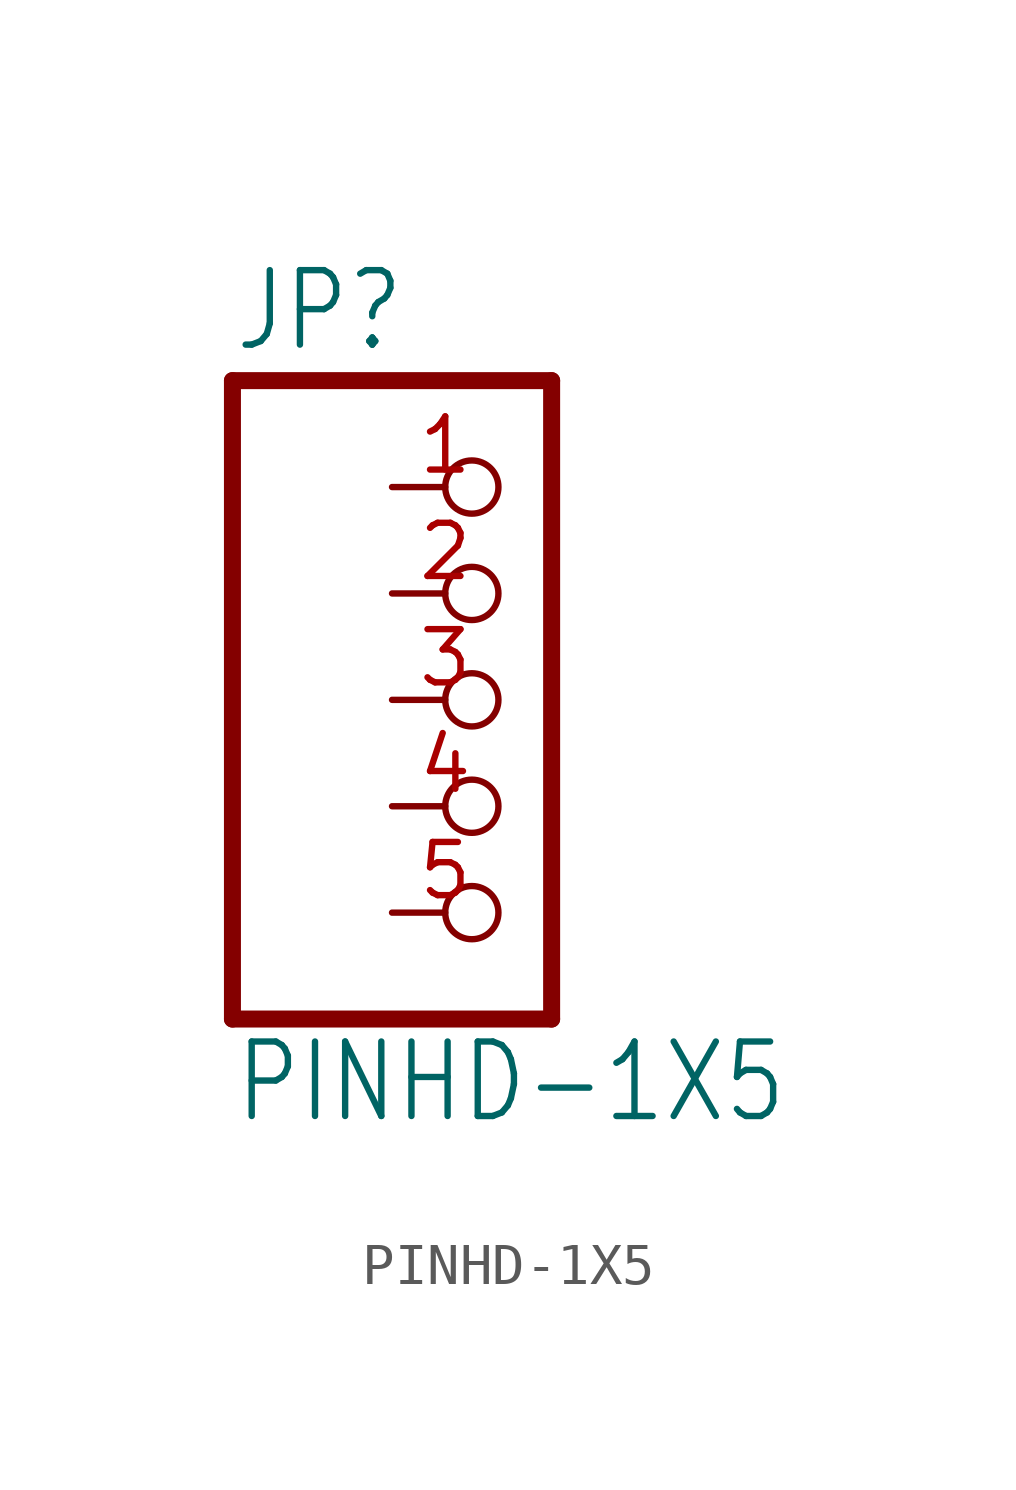
<source format=kicad_sym>
(kicad_symbol_lib
  (version 20211014)
  (generator kicad_symbol_editor)
  (symbol "PINHD-1X5"
    (property "Reference" "JP"
      (at -6.35 8.255 0)
      (effects (font (size 1.778 1.511)) (justify left bottom)))
    (property "Value" "PINHD-1X5"
      (at -6.35 -10.16 0)
      (effects (font (size 1.778 1.511)) (justify left bottom)))
    (property "ki_locked" ""
      (at 0 0 0)
      (effects (font (size 1.27 1.27))))
    (symbol "PINHD-1X5_1_0"
      (polyline (pts (xy -6.35 -7.62) (xy 1.27 -7.62)) (stroke (width 0.406) (type default) (color 0 0 0 0)) (fill (type none)))
      (polyline (pts (xy -6.35 7.62) (xy -6.35 -7.62)) (stroke (width 0.406) (type default) (color 0 0 0 0)) (fill (type none)))
      (polyline (pts (xy 1.27 -7.62) (xy 1.27 7.62)) (stroke (width 0.406) (type default) (color 0 0 0 0)) (fill (type none)))
      (polyline (pts (xy 1.27 7.62) (xy -6.35 7.62)) (stroke (width 0.406) (type default) (color 0 0 0 0)) (fill (type none)))
      (pin passive inverted (at -2.54 5.08 0) (length 2.54) (name "1" (effects (font (size 0 0)))) (number "1" (effects (font (size 1.27 1.27)))))
      (pin passive inverted (at -2.54 2.54 0) (length 2.54) (name "2" (effects (font (size 0 0)))) (number "2" (effects (font (size 1.27 1.27)))))
      (pin passive inverted (at -2.54 0 0) (length 2.54) (name "3" (effects (font (size 0 0)))) (number "3" (effects (font (size 1.27 1.27)))))
      (pin passive inverted (at -2.54 -2.54 0) (length 2.54) (name "4" (effects (font (size 0 0)))) (number "4" (effects (font (size 1.27 1.27)))))
      (pin passive inverted (at -2.54 -5.08 0) (length 2.54) (name "5" (effects (font (size 0 0)))) (number "5" (effects (font (size 1.27 1.27))))))))
</source>
